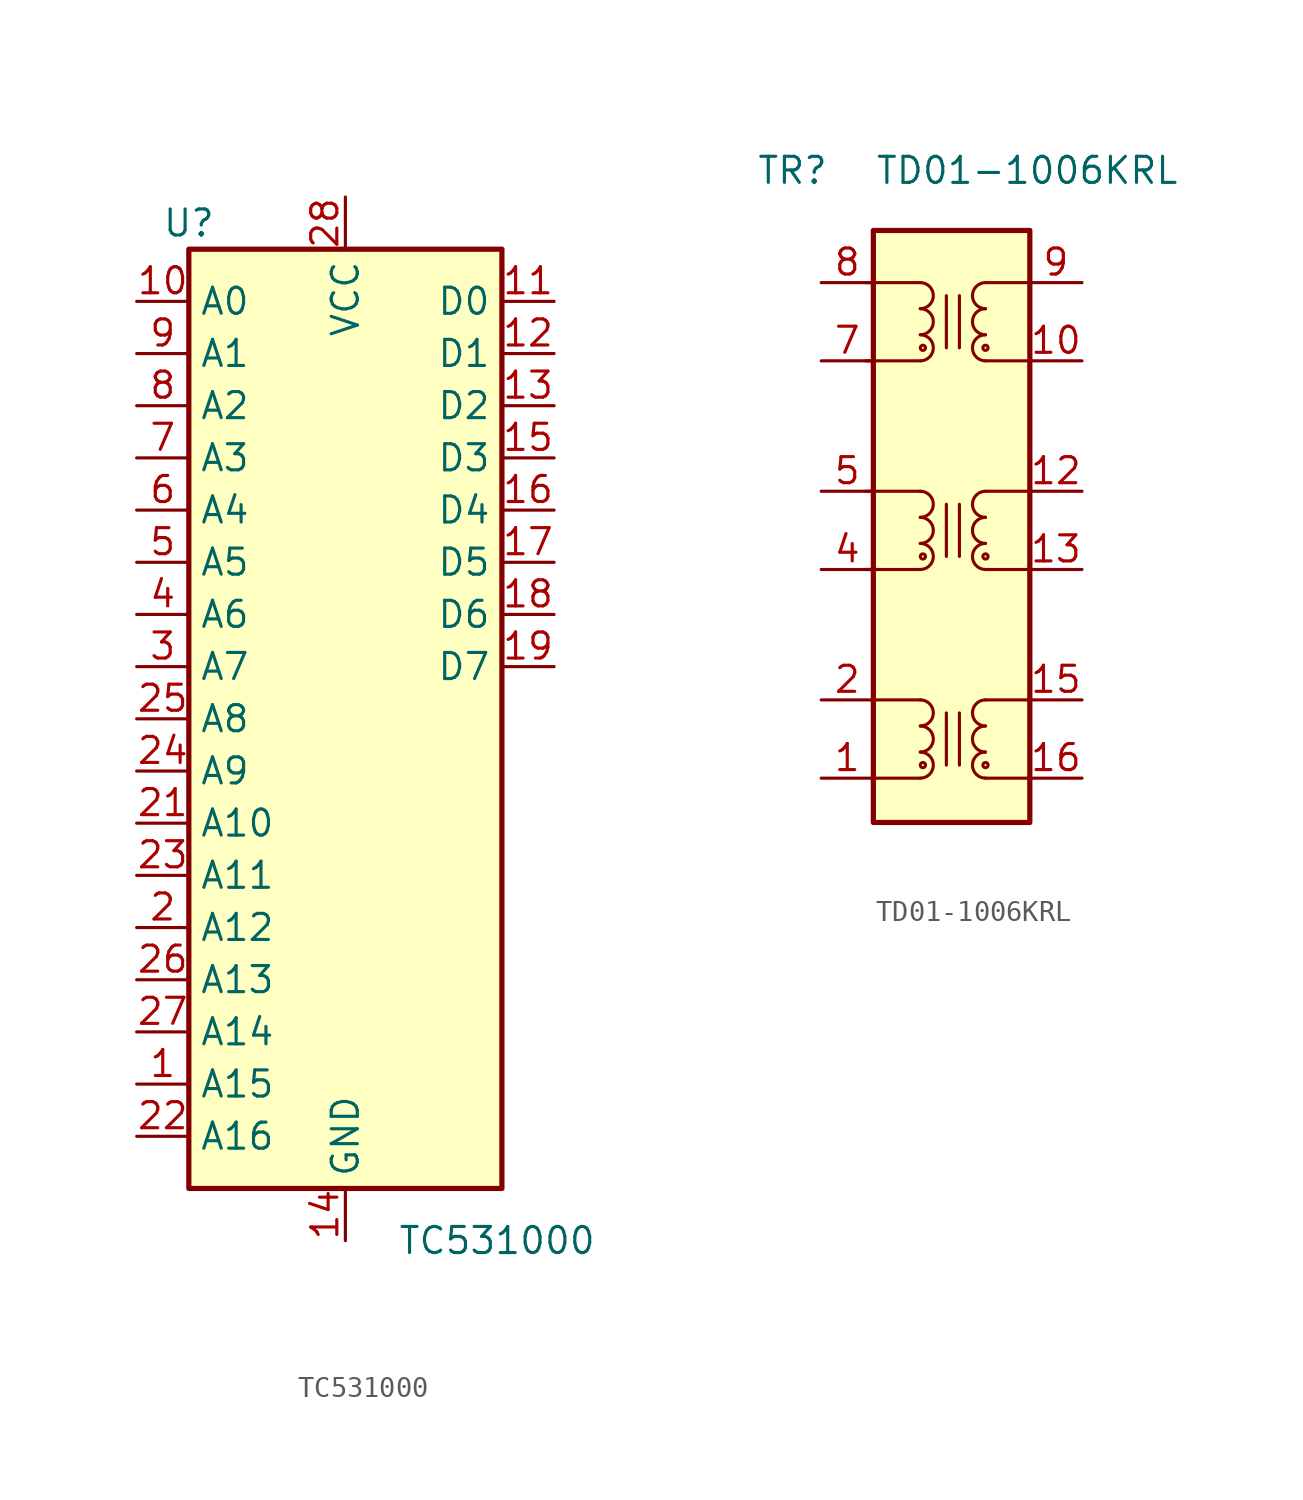
<source format=kicad_sym>
(kicad_symbol_lib
  (version 20220914)
  (generator kicad_symbol_editor)
  (symbol "TC531000"
    (property "Reference" "U"
      (at -7.62 24.13 0)
      (effects (font (size 1.27 1.27))))
    (property "Value" "TC531000"
      (at 2.54 -25.4 0)
      (effects (font (size 1.27 1.27)) (justify left)))
    (symbol "TC531000_1_1"
      (rectangle (start -7.62 22.86) (end 7.62 -22.86) (stroke (width 0.254) (type default)) (fill (type background)))
      (pin input line (at -10.16 -17.78 0) (length 2.54) (name "A15" (effects (font (size 1.27 1.27)))) (number "1" (effects (font (size 1.27 1.27)))))
      (pin input line (at -10.16 20.32 0) (length 2.54) (name "A0" (effects (font (size 1.27 1.27)))) (number "10" (effects (font (size 1.27 1.27)))))
      (pin output line (at 10.16 20.32 180) (length 2.54) (name "D0" (effects (font (size 1.27 1.27)))) (number "11" (effects (font (size 1.27 1.27)))))
      (pin output line (at 10.16 17.78 180) (length 2.54) (name "D1" (effects (font (size 1.27 1.27)))) (number "12" (effects (font (size 1.27 1.27)))))
      (pin output line (at 10.16 15.24 180) (length 2.54) (name "D2" (effects (font (size 1.27 1.27)))) (number "13" (effects (font (size 1.27 1.27)))))
      (pin power_in line (at 0 -25.4 90) (length 2.54) (name "GND" (effects (font (size 1.27 1.27)))) (number "14" (effects (font (size 1.27 1.27)))))
      (pin output line (at 10.16 12.7 180) (length 2.54) (name "D3" (effects (font (size 1.27 1.27)))) (number "15" (effects (font (size 1.27 1.27)))))
      (pin output line (at 10.16 10.16 180) (length 2.54) (name "D4" (effects (font (size 1.27 1.27)))) (number "16" (effects (font (size 1.27 1.27)))))
      (pin output line (at 10.16 7.62 180) (length 2.54) (name "D5" (effects (font (size 1.27 1.27)))) (number "17" (effects (font (size 1.27 1.27)))))
      (pin output line (at 10.16 5.08 180) (length 2.54) (name "D6" (effects (font (size 1.27 1.27)))) (number "18" (effects (font (size 1.27 1.27)))))
      (pin output line (at 10.16 2.54 180) (length 2.54) (name "D7" (effects (font (size 1.27 1.27)))) (number "19" (effects (font (size 1.27 1.27)))))
      (pin input line (at -10.16 -10.16 0) (length 2.54) (name "A12" (effects (font (size 1.27 1.27)))) (number "2" (effects (font (size 1.27 1.27)))))
      (pin input line (at -10.16 -5.08 0) (length 2.54) (name "A10" (effects (font (size 1.27 1.27)))) (number "21" (effects (font (size 1.27 1.27)))))
      (pin input line (at -10.16 -20.32 0) (length 2.54) (name "A16" (effects (font (size 1.27 1.27)))) (number "22" (effects (font (size 1.27 1.27)))))
      (pin input line (at -10.16 -7.62 0) (length 2.54) (name "A11" (effects (font (size 1.27 1.27)))) (number "23" (effects (font (size 1.27 1.27)))))
      (pin input line (at -10.16 -2.54 0) (length 2.54) (name "A9" (effects (font (size 1.27 1.27)))) (number "24" (effects (font (size 1.27 1.27)))))
      (pin input line (at -10.16 0 0) (length 2.54) (name "A8" (effects (font (size 1.27 1.27)))) (number "25" (effects (font (size 1.27 1.27)))))
      (pin input line (at -10.16 -12.7 0) (length 2.54) (name "A13" (effects (font (size 1.27 1.27)))) (number "26" (effects (font (size 1.27 1.27)))))
      (pin input line (at -10.16 -15.24 0) (length 2.54) (name "A14" (effects (font (size 1.27 1.27)))) (number "27" (effects (font (size 1.27 1.27)))))
      (pin power_in line (at 0 25.4 270) (length 2.54) (name "VCC" (effects (font (size 1.27 1.27)))) (number "28" (effects (font (size 1.27 1.27)))))
      (pin input line (at -10.16 2.54 0) (length 2.54) (name "A7" (effects (font (size 1.27 1.27)))) (number "3" (effects (font (size 1.27 1.27)))))
      (pin input line (at -10.16 5.08 0) (length 2.54) (name "A6" (effects (font (size 1.27 1.27)))) (number "4" (effects (font (size 1.27 1.27)))))
      (pin input line (at -10.16 7.62 0) (length 2.54) (name "A5" (effects (font (size 1.27 1.27)))) (number "5" (effects (font (size 1.27 1.27)))))
      (pin input line (at -10.16 10.16 0) (length 2.54) (name "A4" (effects (font (size 1.27 1.27)))) (number "6" (effects (font (size 1.27 1.27)))))
      (pin input line (at -10.16 12.7 0) (length 2.54) (name "A3" (effects (font (size 1.27 1.27)))) (number "7" (effects (font (size 1.27 1.27)))))
      (pin input line (at -10.16 15.24 0) (length 2.54) (name "A2" (effects (font (size 1.27 1.27)))) (number "8" (effects (font (size 1.27 1.27)))))
      (pin input line (at -10.16 17.78 0) (length 2.54) (name "A1" (effects (font (size 1.27 1.27)))) (number "9" (effects (font (size 1.27 1.27)))))))
  (symbol "TD01-1006KRL"
    (pin_names hide)
    (property "Reference" "TR"
      (at -7.747 16.891 0)
      (effects (font (size 1.27 1.27))))
    (property "Value" "TD01-1006KRL"
      (at 3.683 16.891 0)
      (effects (font (size 1.27 1.27))))
    (symbol "TD01-1006KRL_0_1"
      (rectangle (start -3.81 13.97) (end 3.81 -14.859) (stroke (width 0.254) (type default)) (fill (type background))))
    (symbol "TD01-1006KRL_1_1"
      (arc (start -1.524 -12.7) (mid -0.892 -12.065) (end -1.524 -11.43) (stroke (width 0) (type default)) (fill (type none)))
      (arc (start -1.524 -11.43) (mid -0.892 -10.795) (end -1.524 -10.16) (stroke (width 0) (type default)) (fill (type none)))
      (arc (start -1.524 -10.16) (mid -0.892 -9.525) (end -1.524 -8.89) (stroke (width 0) (type default)) (fill (type none)))
      (arc (start -1.524 -2.54) (mid -0.892 -1.905) (end -1.524 -1.27) (stroke (width 0) (type default)) (fill (type none)))
      (arc (start -1.524 -1.27) (mid -0.892 -0.635) (end -1.524 0) (stroke (width 0) (type default)) (fill (type none)))
      (arc (start -1.524 0) (mid -0.892 0.635) (end -1.524 1.27) (stroke (width 0) (type default)) (fill (type none)))
      (arc (start -1.524 7.62) (mid -0.892 8.255) (end -1.524 8.89) (stroke (width 0) (type default)) (fill (type none)))
      (arc (start -1.524 8.89) (mid -0.892 9.525) (end -1.524 10.16) (stroke (width 0) (type default)) (fill (type none)))
      (arc (start -1.524 10.16) (mid -0.892 10.795) (end -1.524 11.43) (stroke (width 0) (type default)) (fill (type none)))
      (circle (center -1.397 -12.065) (radius 0.127) (stroke (width 0) (type default)) (fill (type none)))
      (circle (center -1.397 -1.905) (radius 0.127) (stroke (width 0) (type default)) (fill (type none)))
      (circle (center -1.397 8.255) (radius 0.127) (stroke (width 0) (type default)) (fill (type none)))
      (polyline (pts (xy -4.191 -2.54) (xy -1.524 -2.54)) (stroke (width 0) (type default)) (fill (type none)))
      (polyline (pts (xy -4.191 1.27) (xy -1.524 1.27)) (stroke (width 0) (type default)) (fill (type none)))
      (polyline (pts (xy -4.191 7.62) (xy -1.524 7.62)) (stroke (width 0) (type default)) (fill (type none)))
      (polyline (pts (xy -4.191 11.43) (xy -1.524 11.43)) (stroke (width 0) (type default)) (fill (type none)))
      (polyline (pts (xy -3.81 -12.7) (xy -1.524 -12.7)) (stroke (width 0) (type default)) (fill (type none)))
      (polyline (pts (xy -3.81 -8.89) (xy -1.524 -8.89)) (stroke (width 0) (type default)) (fill (type none)))
      (polyline (pts (xy -0.254 -9.525) (xy -0.254 -12.065)) (stroke (width 0) (type default)) (fill (type none)))
      (polyline (pts (xy -0.254 0.635) (xy -0.254 -1.905)) (stroke (width 0) (type default)) (fill (type none)))
      (polyline (pts (xy -0.254 10.795) (xy -0.254 8.255)) (stroke (width 0) (type default)) (fill (type none)))
      (polyline (pts (xy 0.381 -9.525) (xy 0.381 -12.065)) (stroke (width 0) (type default)) (fill (type none)))
      (polyline (pts (xy 0.381 0.635) (xy 0.381 -1.905)) (stroke (width 0) (type default)) (fill (type none)))
      (polyline (pts (xy 0.381 10.795) (xy 0.381 8.255)) (stroke (width 0) (type default)) (fill (type none)))
      (polyline (pts (xy 3.81 -12.7) (xy 1.651 -12.7)) (stroke (width 0) (type default)) (fill (type none)))
      (polyline (pts (xy 3.81 -8.89) (xy 1.651 -8.89)) (stroke (width 0) (type default)) (fill (type none)))
      (polyline (pts (xy 3.81 -2.54) (xy 1.651 -2.54)) (stroke (width 0) (type default)) (fill (type none)))
      (polyline (pts (xy 3.81 1.27) (xy 1.651 1.27)) (stroke (width 0) (type default)) (fill (type none)))
      (polyline (pts (xy 3.81 7.62) (xy 1.651 7.62)) (stroke (width 0) (type default)) (fill (type none)))
      (polyline (pts (xy 3.81 11.43) (xy 1.651 11.43)) (stroke (width 0) (type default)) (fill (type none)))
      (circle (center 1.651 -12.065) (radius 0.127) (stroke (width 0) (type default)) (fill (type none)))
      (arc (start 1.651 -11.43) (mid 1.019 -12.065) (end 1.651 -12.7) (stroke (width 0) (type default)) (fill (type none)))
      (arc (start 1.651 -10.16) (mid 1.019 -10.795) (end 1.651 -11.43) (stroke (width 0) (type default)) (fill (type none)))
      (arc (start 1.651 -8.89) (mid 1.019 -9.525) (end 1.651 -10.16) (stroke (width 0) (type default)) (fill (type none)))
      (circle (center 1.651 -1.905) (radius 0.127) (stroke (width 0) (type default)) (fill (type none)))
      (arc (start 1.651 -1.27) (mid 1.019 -1.905) (end 1.651 -2.54) (stroke (width 0) (type default)) (fill (type none)))
      (arc (start 1.651 0) (mid 1.019 -0.635) (end 1.651 -1.27) (stroke (width 0) (type default)) (fill (type none)))
      (arc (start 1.651 1.27) (mid 1.019 0.635) (end 1.651 0) (stroke (width 0) (type default)) (fill (type none)))
      (circle (center 1.651 8.255) (radius 0.127) (stroke (width 0) (type default)) (fill (type none)))
      (arc (start 1.651 8.89) (mid 1.019 8.255) (end 1.651 7.62) (stroke (width 0) (type default)) (fill (type none)))
      (arc (start 1.651 10.16) (mid 1.019 9.525) (end 1.651 8.89) (stroke (width 0) (type default)) (fill (type none)))
      (arc (start 1.651 11.43) (mid 1.019 10.795) (end 1.651 10.16) (stroke (width 0) (type default)) (fill (type none)))
      (pin passive line (at -6.35 -12.7 0) (length 2.54) (name "MX1+" (effects (font (size 1.27 1.27)))) (number "1" (effects (font (size 1.27 1.27)))))
      (pin passive line (at 6.35 7.62 180) (length 2.54) (name "TD3+" (effects (font (size 1.27 1.27)))) (number "10" (effects (font (size 1.27 1.27)))))
      (pin no_connect line (at 6.35 5.08 180) (length 2.54) hide (name "NC" (effects (font (size 1.27 1.27)))) (number "11" (effects (font (size 1.27 1.27)))))
      (pin passive line (at 6.35 1.27 180) (length 2.54) (name "TD2-" (effects (font (size 1.27 1.27)))) (number "12" (effects (font (size 1.27 1.27)))))
      (pin passive line (at 6.35 -2.54 180) (length 2.54) (name "TD2+" (effects (font (size 1.27 1.27)))) (number "13" (effects (font (size 1.27 1.27)))))
      (pin no_connect line (at 6.35 -5.08 180) (length 2.54) hide (name "NC" (effects (font (size 1.27 1.27)))) (number "14" (effects (font (size 1.27 1.27)))))
      (pin passive line (at 6.35 -8.89 180) (length 2.54) (name "TD1-" (effects (font (size 1.27 1.27)))) (number "15" (effects (font (size 1.27 1.27)))))
      (pin passive line (at 6.35 -12.7 180) (length 2.54) (name "TD1+" (effects (font (size 1.27 1.27)))) (number "16" (effects (font (size 1.27 1.27)))))
      (pin passive line (at -6.35 -8.89 0) (length 2.54) (name "MX1-" (effects (font (size 1.27 1.27)))) (number "2" (effects (font (size 1.27 1.27)))))
      (pin no_connect line (at -6.35 -5.08 0) (length 2.54) hide (name "NC" (effects (font (size 1.27 1.27)))) (number "3" (effects (font (size 1.27 1.27)))))
      (pin passive line (at -6.35 -2.54 0) (length 2.54) (name "MX2+" (effects (font (size 1.27 1.27)))) (number "4" (effects (font (size 1.27 1.27)))))
      (pin passive line (at -6.35 1.27 0) (length 2.54) (name "MX2-" (effects (font (size 1.27 1.27)))) (number "5" (effects (font (size 1.27 1.27)))))
      (pin no_connect line (at -6.35 5.08 0) (length 2.54) hide (name "MCT4" (effects (font (size 1.27 1.27)))) (number "6" (effects (font (size 1.27 1.27)))))
      (pin passive line (at -6.35 7.62 0) (length 2.54) (name "MX3+" (effects (font (size 1.27 1.27)))) (number "7" (effects (font (size 1.27 1.27)))))
      (pin passive line (at -6.35 11.43 0) (length 2.54) (name "MX3-" (effects (font (size 1.27 1.27)))) (number "8" (effects (font (size 1.27 1.27)))))
      (pin passive line (at 6.35 11.43 180) (length 2.54) (name "TD3-" (effects (font (size 1.27 1.27)))) (number "9" (effects (font (size 1.27 1.27))))))))
</source>
